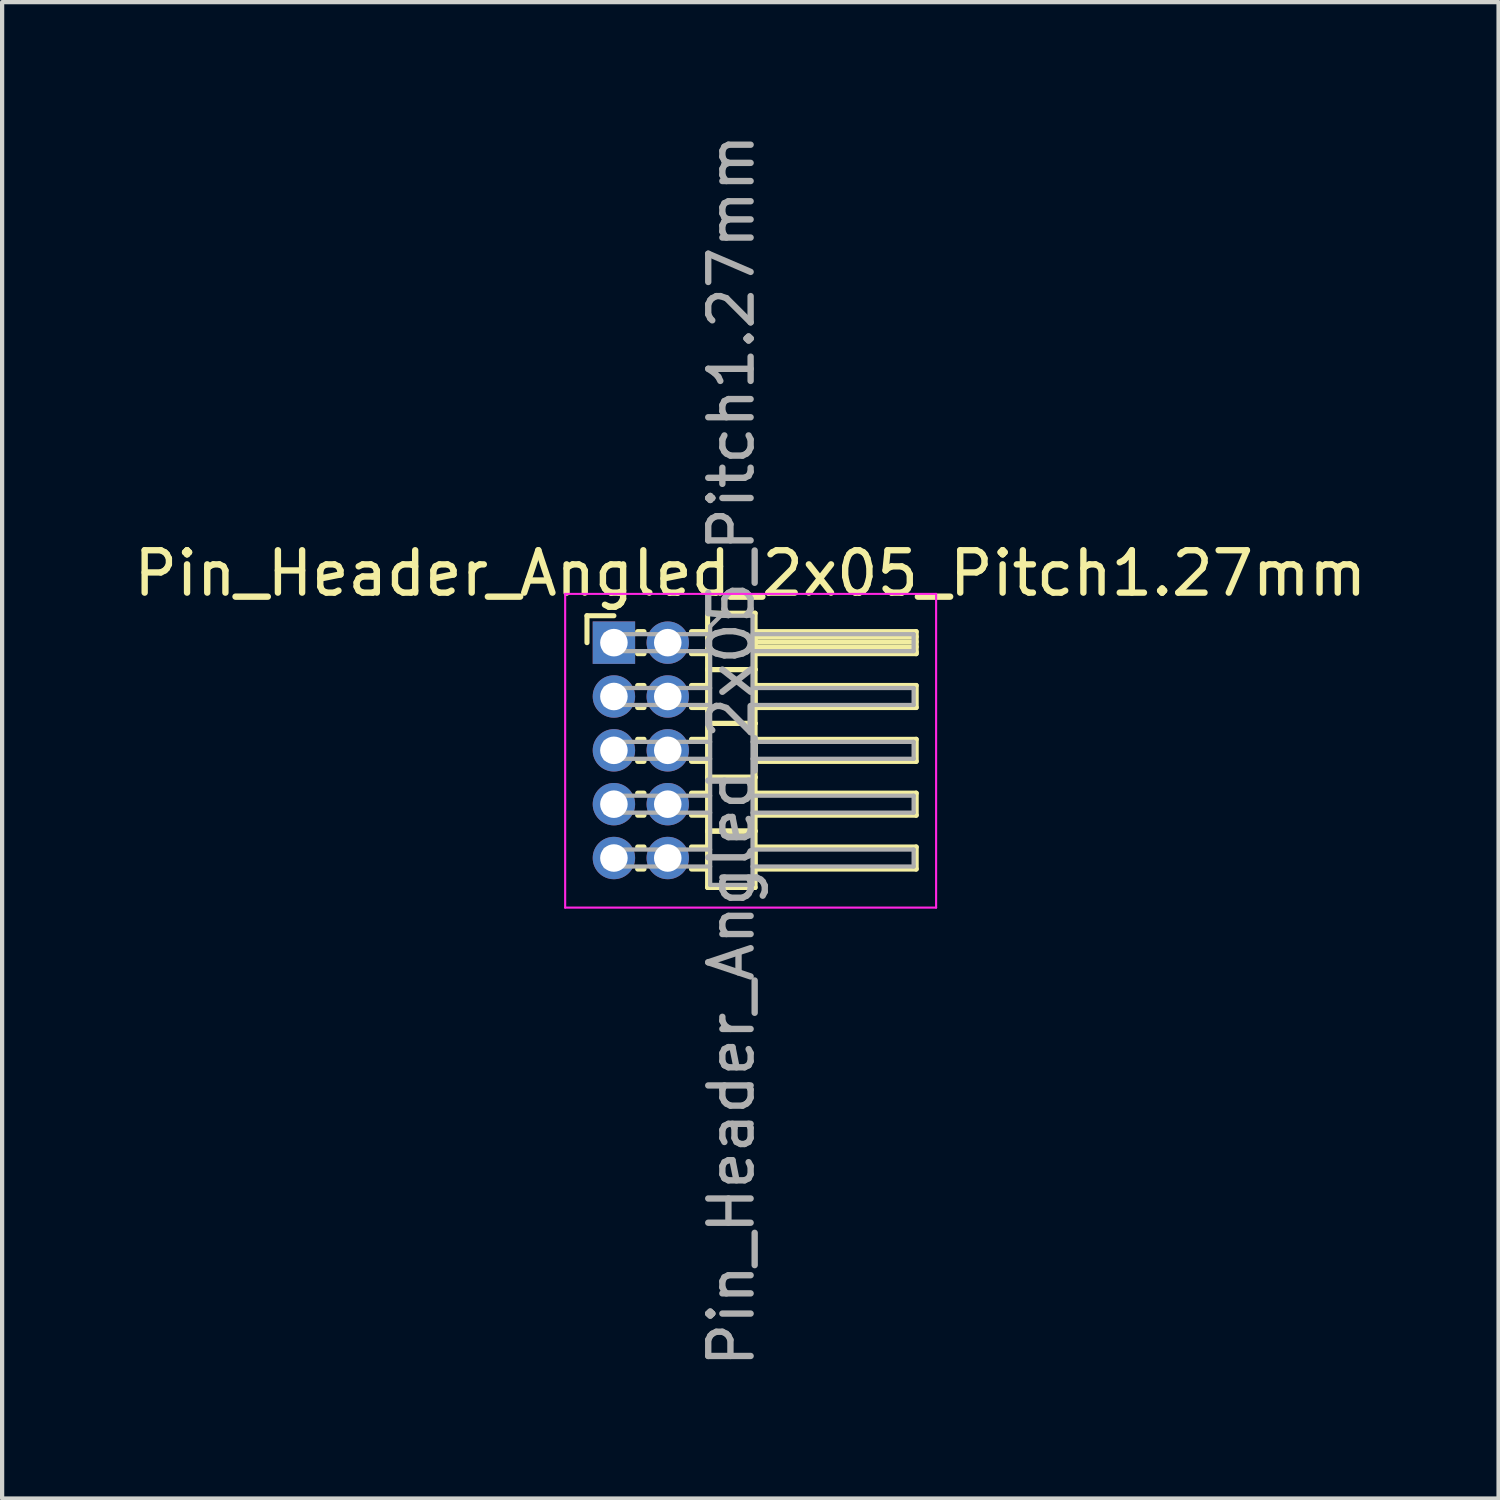
<source format=kicad_pcb>
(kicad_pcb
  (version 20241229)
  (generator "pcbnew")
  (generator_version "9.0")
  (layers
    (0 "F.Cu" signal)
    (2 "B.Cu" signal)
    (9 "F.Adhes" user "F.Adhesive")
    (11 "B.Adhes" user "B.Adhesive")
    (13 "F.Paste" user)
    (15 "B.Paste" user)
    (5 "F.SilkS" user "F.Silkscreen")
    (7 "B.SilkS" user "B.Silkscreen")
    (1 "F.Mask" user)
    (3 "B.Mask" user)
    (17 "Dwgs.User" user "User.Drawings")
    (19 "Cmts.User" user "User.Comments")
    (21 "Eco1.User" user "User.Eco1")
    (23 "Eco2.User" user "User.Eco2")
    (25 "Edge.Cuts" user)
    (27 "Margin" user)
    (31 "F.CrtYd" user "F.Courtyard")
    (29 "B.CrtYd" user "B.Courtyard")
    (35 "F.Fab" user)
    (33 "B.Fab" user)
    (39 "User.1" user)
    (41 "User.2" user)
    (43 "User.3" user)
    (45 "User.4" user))
  (footprint "Pin_Header_Angled_2x05_Pitch1.27mm"
    (layer "F.Cu")
    (at 11.431 12.109)
    (property "Reference" "Pin_Header_Angled_2x05_Pitch1.27mm" (at 3.217 -1.635 0) (layer "F.SilkS") (effects (font (size 1 1) (thickness 0.15))))
    (attr through_hole)
    (fp_line (start -0.635 -0.635) (end 0 -0.635) (stroke (width 0.12) (type solid)) (layer "F.SilkS"))
    (fp_line (start -0.635 0) (end -0.635 -0.635) (stroke (width 0.12) (type solid)) (layer "F.SilkS"))
    (fp_line (start 0.56 -0.26) (end 0.71 -0.26) (stroke (width 0.12) (type solid)) (layer "F.SilkS"))
    (fp_line (start 0.56 0.26) (end 0.71 0.26) (stroke (width 0.12) (type solid)) (layer "F.SilkS"))
    (fp_line (start 0.56 1.01) (end 0.71 1.01) (stroke (width 0.12) (type solid)) (layer "F.SilkS"))
    (fp_line (start 0.56 1.53) (end 0.71 1.53) (stroke (width 0.12) (type solid)) (layer "F.SilkS"))
    (fp_line (start 0.56 2.28) (end 0.71 2.28) (stroke (width 0.12) (type solid)) (layer "F.SilkS"))
    (fp_line (start 0.56 2.8) (end 0.71 2.8) (stroke (width 0.12) (type solid)) (layer "F.SilkS"))
    (fp_line (start 0.56 3.55) (end 0.71 3.55) (stroke (width 0.12) (type solid)) (layer "F.SilkS"))
    (fp_line (start 0.56 4.07) (end 0.71 4.07) (stroke (width 0.12) (type solid)) (layer "F.SilkS"))
    (fp_line (start 0.56 4.82) (end 0.71 4.82) (stroke (width 0.12) (type solid)) (layer "F.SilkS"))
    (fp_line (start 0.56 5.34) (end 0.71 5.34) (stroke (width 0.12) (type solid)) (layer "F.SilkS"))
    (fp_line (start 1.83 -0.26) (end 2.21 -0.26) (stroke (width 0.12) (type solid)) (layer "F.SilkS"))
    (fp_line (start 1.83 0.26) (end 2.21 0.26) (stroke (width 0.12) (type solid)) (layer "F.SilkS"))
    (fp_line (start 1.83 1.01) (end 2.21 1.01) (stroke (width 0.12) (type solid)) (layer "F.SilkS"))
    (fp_line (start 1.83 1.53) (end 2.21 1.53) (stroke (width 0.12) (type solid)) (layer "F.SilkS"))
    (fp_line (start 1.83 2.28) (end 2.21 2.28) (stroke (width 0.12) (type solid)) (layer "F.SilkS"))
    (fp_line (start 1.83 2.8) (end 2.21 2.8) (stroke (width 0.12) (type solid)) (layer "F.SilkS"))
    (fp_line (start 1.83 3.55) (end 2.21 3.55) (stroke (width 0.12) (type solid)) (layer "F.SilkS"))
    (fp_line (start 1.83 4.07) (end 2.21 4.07) (stroke (width 0.12) (type solid)) (layer "F.SilkS"))
    (fp_line (start 1.83 4.82) (end 2.21 4.82) (stroke (width 0.12) (type solid)) (layer "F.SilkS"))
    (fp_line (start 1.83 5.34) (end 2.21 5.34) (stroke (width 0.12) (type solid)) (layer "F.SilkS"))
    (fp_line (start 2.21 -0.695) (end 2.21 0.635) (stroke (width 0.12) (type solid)) (layer "F.SilkS"))
    (fp_line (start 2.21 0.635) (end 2.21 1.905) (stroke (width 0.12) (type solid)) (layer "F.SilkS"))
    (fp_line (start 2.21 0.635) (end 3.33 0.635) (stroke (width 0.12) (type solid)) (layer "F.SilkS"))
    (fp_line (start 2.21 1.905) (end 2.21 3.175) (stroke (width 0.12) (type solid)) (layer "F.SilkS"))
    (fp_line (start 2.21 1.905) (end 3.33 1.905) (stroke (width 0.12) (type solid)) (layer "F.SilkS"))
    (fp_line (start 2.21 3.175) (end 2.21 4.445) (stroke (width 0.12) (type solid)) (layer "F.SilkS"))
    (fp_line (start 2.21 3.175) (end 3.33 3.175) (stroke (width 0.12) (type solid)) (layer "F.SilkS"))
    (fp_line (start 2.21 4.445) (end 2.21 5.775) (stroke (width 0.12) (type solid)) (layer "F.SilkS"))
    (fp_line (start 2.21 4.445) (end 3.33 4.445) (stroke (width 0.12) (type solid)) (layer "F.SilkS"))
    (fp_line (start 2.21 5.775) (end 3.33 5.775) (stroke (width 0.12) (type solid)) (layer "F.SilkS"))
    (fp_line (start 3.33 -0.695) (end 2.21 -0.695) (stroke (width 0.12) (type solid)) (layer "F.SilkS"))
    (fp_line (start 3.33 -0.26) (end 3.33 0.26) (stroke (width 0.12) (type solid)) (layer "F.SilkS"))
    (fp_line (start 3.33 -0.14) (end 7.13 -0.14) (stroke (width 0.12) (type solid)) (layer "F.SilkS"))
    (fp_line (start 3.33 -0.02) (end 7.13 -0.02) (stroke (width 0.12) (type solid)) (layer "F.SilkS"))
    (fp_line (start 3.33 0.1) (end 7.13 0.1) (stroke (width 0.12) (type solid)) (layer "F.SilkS"))
    (fp_line (start 3.33 0.22) (end 7.13 0.22) (stroke (width 0.12) (type solid)) (layer "F.SilkS"))
    (fp_line (start 3.33 0.26) (end 7.13 0.26) (stroke (width 0.12) (type solid)) (layer "F.SilkS"))
    (fp_line (start 3.33 0.635) (end 2.21 0.635) (stroke (width 0.12) (type solid)) (layer "F.SilkS"))
    (fp_line (start 3.33 0.635) (end 3.33 -0.695) (stroke (width 0.12) (type solid)) (layer "F.SilkS"))
    (fp_line (start 3.33 1.01) (end 3.33 1.53) (stroke (width 0.12) (type solid)) (layer "F.SilkS"))
    (fp_line (start 3.33 1.53) (end 7.13 1.53) (stroke (width 0.12) (type solid)) (layer "F.SilkS"))
    (fp_line (start 3.33 1.905) (end 2.21 1.905) (stroke (width 0.12) (type solid)) (layer "F.SilkS"))
    (fp_line (start 3.33 1.905) (end 3.33 0.635) (stroke (width 0.12) (type solid)) (layer "F.SilkS"))
    (fp_line (start 3.33 2.28) (end 3.33 2.8) (stroke (width 0.12) (type solid)) (layer "F.SilkS"))
    (fp_line (start 3.33 2.8) (end 7.13 2.8) (stroke (width 0.12) (type solid)) (layer "F.SilkS"))
    (fp_line (start 3.33 3.175) (end 2.21 3.175) (stroke (width 0.12) (type solid)) (layer "F.SilkS"))
    (fp_line (start 3.33 3.175) (end 3.33 1.905) (stroke (width 0.12) (type solid)) (layer "F.SilkS"))
    (fp_line (start 3.33 3.55) (end 3.33 4.07) (stroke (width 0.12) (type solid)) (layer "F.SilkS"))
    (fp_line (start 3.33 4.07) (end 7.13 4.07) (stroke (width 0.12) (type solid)) (layer "F.SilkS"))
    (fp_line (start 3.33 4.445) (end 2.21 4.445) (stroke (width 0.12) (type solid)) (layer "F.SilkS"))
    (fp_line (start 3.33 4.445) (end 3.33 3.175) (stroke (width 0.12) (type solid)) (layer "F.SilkS"))
    (fp_line (start 3.33 4.82) (end 3.33 5.34) (stroke (width 0.12) (type solid)) (layer "F.SilkS"))
    (fp_line (start 3.33 5.34) (end 7.13 5.34) (stroke (width 0.12) (type solid)) (layer "F.SilkS"))
    (fp_line (start 3.33 5.775) (end 3.33 4.445) (stroke (width 0.12) (type solid)) (layer "F.SilkS"))
    (fp_line (start 7.13 -0.26) (end 3.33 -0.26) (stroke (width 0.12) (type solid)) (layer "F.SilkS"))
    (fp_line (start 7.13 0.26) (end 7.13 -0.26) (stroke (width 0.12) (type solid)) (layer "F.SilkS"))
    (fp_line (start 7.13 1.01) (end 3.33 1.01) (stroke (width 0.12) (type solid)) (layer "F.SilkS"))
    (fp_line (start 7.13 1.53) (end 7.13 1.01) (stroke (width 0.12) (type solid)) (layer "F.SilkS"))
    (fp_line (start 7.13 2.28) (end 3.33 2.28) (stroke (width 0.12) (type solid)) (layer "F.SilkS"))
    (fp_line (start 7.13 2.8) (end 7.13 2.28) (stroke (width 0.12) (type solid)) (layer "F.SilkS"))
    (fp_line (start 7.13 3.55) (end 3.33 3.55) (stroke (width 0.12) (type solid)) (layer "F.SilkS"))
    (fp_line (start 7.13 4.07) (end 7.13 3.55) (stroke (width 0.12) (type solid)) (layer "F.SilkS"))
    (fp_line (start 7.13 4.82) (end 3.33 4.82) (stroke (width 0.12) (type solid)) (layer "F.SilkS"))
    (fp_line (start 7.13 5.34) (end 7.13 4.82) (stroke (width 0.12) (type solid)) (layer "F.SilkS"))
    (fp_line (start -1.15 -1.15) (end -1.15 6.25) (stroke (width 0.05) (type solid)) (layer "F.CrtYd"))
    (fp_line (start -1.15 6.25) (end 7.6 6.25) (stroke (width 0.05) (type solid)) (layer "F.CrtYd"))
    (fp_line (start 7.6 -1.15) (end -1.15 -1.15) (stroke (width 0.05) (type solid)) (layer "F.CrtYd"))
    (fp_line (start 7.6 6.25) (end 7.6 -1.15) (stroke (width 0.05) (type solid)) (layer "F.CrtYd"))
    (fp_line (start -0.2 -0.2) (end -0.2 0.2) (stroke (width 0.1) (type solid)) (layer "F.Fab"))
    (fp_line (start -0.2 -0.2) (end 2.27 -0.2) (stroke (width 0.1) (type solid)) (layer "F.Fab"))
    (fp_line (start -0.2 0.2) (end 2.27 0.2) (stroke (width 0.1) (type solid)) (layer "F.Fab"))
    (fp_line (start -0.2 1.07) (end -0.2 1.47) (stroke (width 0.1) (type solid)) (layer "F.Fab"))
    (fp_line (start -0.2 1.07) (end 2.27 1.07) (stroke (width 0.1) (type solid)) (layer "F.Fab"))
    (fp_line (start -0.2 1.47) (end 2.27 1.47) (stroke (width 0.1) (type solid)) (layer "F.Fab"))
    (fp_line (start -0.2 2.34) (end -0.2 2.74) (stroke (width 0.1) (type solid)) (layer "F.Fab"))
    (fp_line (start -0.2 2.34) (end 2.27 2.34) (stroke (width 0.1) (type solid)) (layer "F.Fab"))
    (fp_line (start -0.2 2.74) (end 2.27 2.74) (stroke (width 0.1) (type solid)) (layer "F.Fab"))
    (fp_line (start -0.2 3.61) (end -0.2 4.01) (stroke (width 0.1) (type solid)) (layer "F.Fab"))
    (fp_line (start -0.2 3.61) (end 2.27 3.61) (stroke (width 0.1) (type solid)) (layer "F.Fab"))
    (fp_line (start -0.2 4.01) (end 2.27 4.01) (stroke (width 0.1) (type solid)) (layer "F.Fab"))
    (fp_line (start -0.2 4.88) (end -0.2 5.28) (stroke (width 0.1) (type solid)) (layer "F.Fab"))
    (fp_line (start -0.2 4.88) (end 2.27 4.88) (stroke (width 0.1) (type solid)) (layer "F.Fab"))
    (fp_line (start -0.2 5.28) (end 2.27 5.28) (stroke (width 0.1) (type solid)) (layer "F.Fab"))
    (fp_line (start 2.27 -0.385) (end 2.52 -0.635) (stroke (width 0.1) (type solid)) (layer "F.Fab"))
    (fp_line (start 2.27 5.715) (end 2.27 -0.385) (stroke (width 0.1) (type solid)) (layer "F.Fab"))
    (fp_line (start 2.52 -0.635) (end 3.27 -0.635) (stroke (width 0.1) (type solid)) (layer "F.Fab"))
    (fp_line (start 3.27 -0.635) (end 3.27 5.715) (stroke (width 0.1) (type solid)) (layer "F.Fab"))
    (fp_line (start 3.27 -0.2) (end 7.07 -0.2) (stroke (width 0.1) (type solid)) (layer "F.Fab"))
    (fp_line (start 3.27 0.2) (end 7.07 0.2) (stroke (width 0.1) (type solid)) (layer "F.Fab"))
    (fp_line (start 3.27 1.07) (end 7.07 1.07) (stroke (width 0.1) (type solid)) (layer "F.Fab"))
    (fp_line (start 3.27 1.47) (end 7.07 1.47) (stroke (width 0.1) (type solid)) (layer "F.Fab"))
    (fp_line (start 3.27 2.34) (end 7.07 2.34) (stroke (width 0.1) (type solid)) (layer "F.Fab"))
    (fp_line (start 3.27 2.74) (end 7.07 2.74) (stroke (width 0.1) (type solid)) (layer "F.Fab"))
    (fp_line (start 3.27 3.61) (end 7.07 3.61) (stroke (width 0.1) (type solid)) (layer "F.Fab"))
    (fp_line (start 3.27 4.01) (end 7.07 4.01) (stroke (width 0.1) (type solid)) (layer "F.Fab"))
    (fp_line (start 3.27 4.88) (end 7.07 4.88) (stroke (width 0.1) (type solid)) (layer "F.Fab"))
    (fp_line (start 3.27 5.28) (end 7.07 5.28) (stroke (width 0.1) (type solid)) (layer "F.Fab"))
    (fp_line (start 3.27 5.715) (end 2.27 5.715) (stroke (width 0.1) (type solid)) (layer "F.Fab"))
    (fp_line (start 7.07 -0.2) (end 7.07 0.2) (stroke (width 0.1) (type solid)) (layer "F.Fab"))
    (fp_line (start 7.07 1.07) (end 7.07 1.47) (stroke (width 0.1) (type solid)) (layer "F.Fab"))
    (fp_line (start 7.07 2.34) (end 7.07 2.74) (stroke (width 0.1) (type solid)) (layer "F.Fab"))
    (fp_line (start 7.07 3.61) (end 7.07 4.01) (stroke (width 0.1) (type solid)) (layer "F.Fab"))
    (fp_line (start 7.07 4.88) (end 7.07 5.28) (stroke (width 0.1) (type solid)) (layer "F.Fab"))
    (fp_text user "${REFERENCE}" (at 2.77 2.54 90) (layer "F.Fab") (effects (font (size 1 1) (thickness 0.15))))
    (pad "1" thru_hole rect (at 0 0) (size 1 1) (drill 0.65) (layers "*.Cu" "*.Mask"))
    (pad "2" thru_hole oval (at 1.27 0) (size 1 1) (drill 0.65) (layers "*.Cu" "*.Mask"))
    (pad "3" thru_hole oval (at 0 1.27) (size 1 1) (drill 0.65) (layers "*.Cu" "*.Mask"))
    (pad "4" thru_hole oval (at 1.27 1.27) (size 1 1) (drill 0.65) (layers "*.Cu" "*.Mask"))
    (pad "5" thru_hole oval (at 0 2.54) (size 1 1) (drill 0.65) (layers "*.Cu" "*.Mask"))
    (pad "6" thru_hole oval (at 1.27 2.54) (size 1 1) (drill 0.65) (layers "*.Cu" "*.Mask"))
    (pad "7" thru_hole oval (at 0 3.81) (size 1 1) (drill 0.65) (layers "*.Cu" "*.Mask"))
    (pad "8" thru_hole oval (at 1.27 3.81) (size 1 1) (drill 0.65) (layers "*.Cu" "*.Mask"))
    (pad "9" thru_hole oval (at 0 5.08) (size 1 1) (drill 0.65) (layers "*.Cu" "*.Mask"))
    (pad "10" thru_hole oval (at 1.27 5.08) (size 1 1) (drill 0.65) (layers "*.Cu" "*.Mask")))
  (gr_rect
    (start -3 -3)
    (end 32.298 32.298)
    (stroke (width 0.1) (type default))
    (fill no)
    (layer "Edge.Cuts")))
</source>
